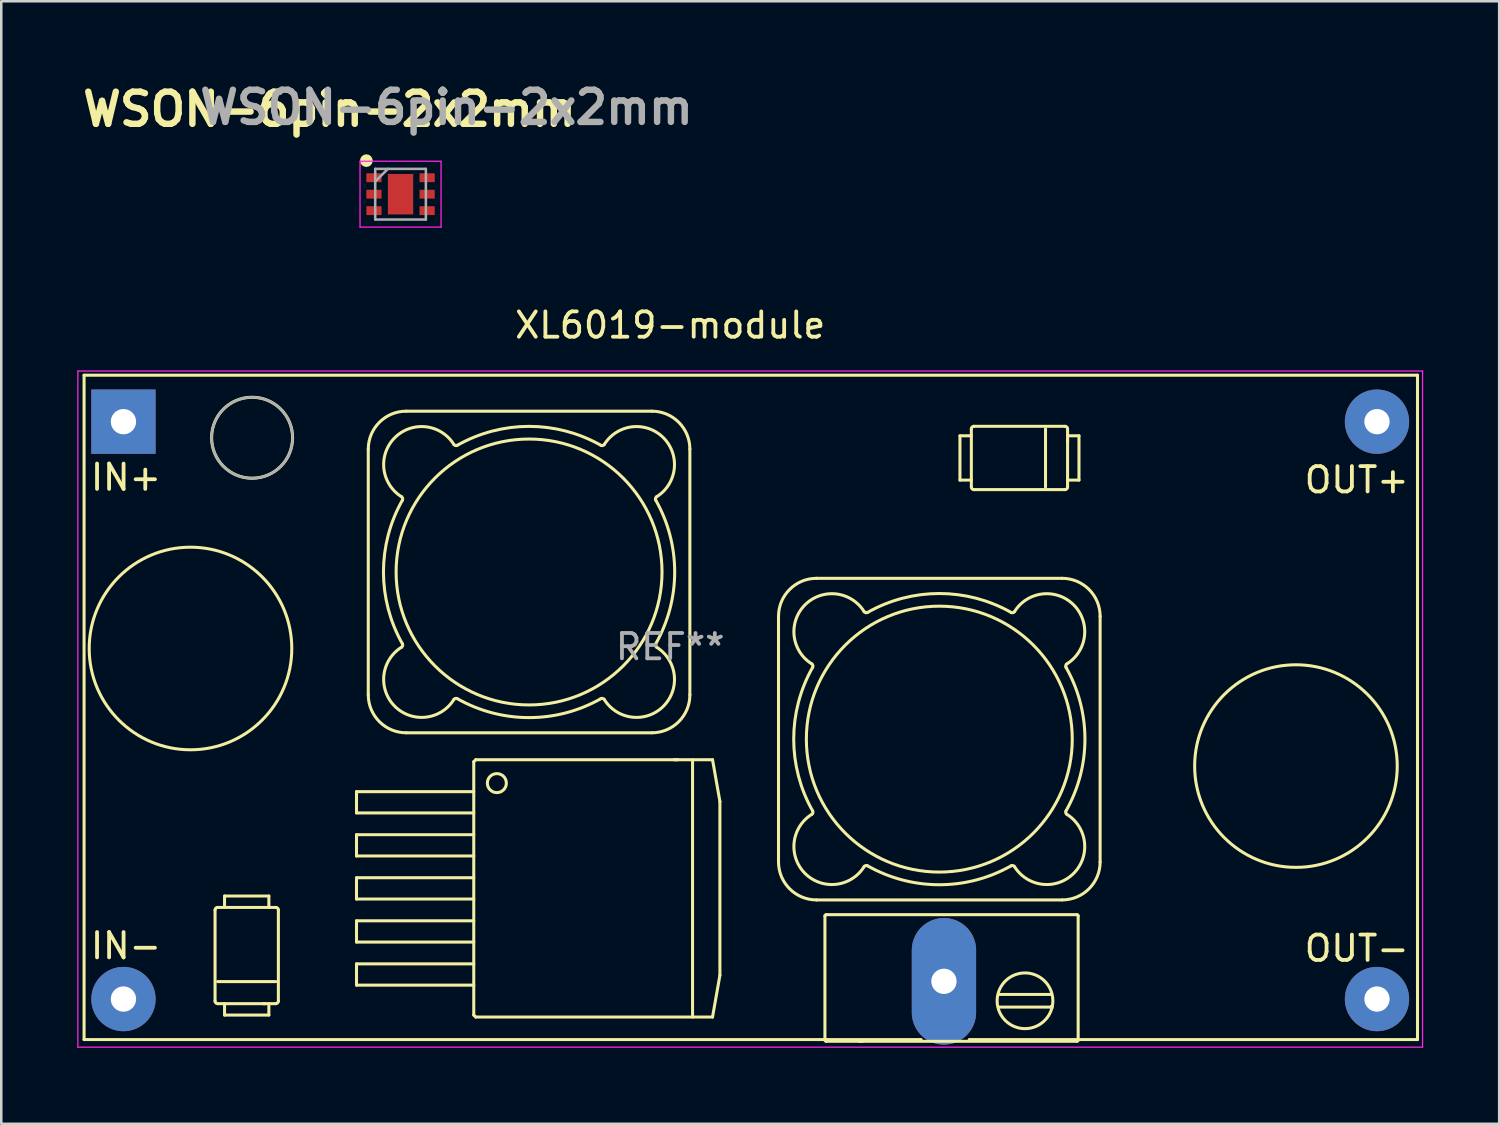
<source format=kicad_pcb>
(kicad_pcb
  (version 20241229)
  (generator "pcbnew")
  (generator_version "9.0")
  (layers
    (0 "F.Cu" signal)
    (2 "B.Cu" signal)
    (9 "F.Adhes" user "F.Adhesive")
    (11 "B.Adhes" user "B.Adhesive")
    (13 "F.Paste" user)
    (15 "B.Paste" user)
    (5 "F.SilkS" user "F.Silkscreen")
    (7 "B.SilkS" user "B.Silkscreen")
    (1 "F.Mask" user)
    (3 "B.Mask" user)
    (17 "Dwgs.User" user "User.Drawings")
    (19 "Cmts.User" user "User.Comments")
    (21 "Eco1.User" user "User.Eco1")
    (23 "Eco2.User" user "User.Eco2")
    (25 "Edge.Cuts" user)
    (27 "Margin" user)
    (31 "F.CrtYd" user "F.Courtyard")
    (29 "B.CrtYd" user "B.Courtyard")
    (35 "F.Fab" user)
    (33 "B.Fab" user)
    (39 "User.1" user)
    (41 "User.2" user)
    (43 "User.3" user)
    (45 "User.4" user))
  (footprint "XL6019-module"
    (layer "F.Cu")
    (at 1.825 13.601)
    (property "Reference" "XL6019-module" (at 21.59 -3.81 0) (layer "F.SilkS") (effects (font (size 1 1) (thickness 0.15))))
    (attr through_hole)
    (fp_line (start -1.555 -1.835) (end -1.555 24.4) (stroke (width 0.12) (type solid)) (layer "F.SilkS"))
    (fp_line (start -1.555 24.4) (end 31.5 24.4) (stroke (width 0.12) (type solid)) (layer "F.SilkS"))
    (fp_line (start 3.617 22.882) (end 3.617 19.282) (stroke (width 0.12) (type solid)) (layer "F.SilkS"))
    (fp_line (start 3.717 19.182) (end 6.017 19.182) (stroke (width 0.12) (type solid)) (layer "F.SilkS"))
    (fp_line (start 3.992 18.732) (end 5.742 18.732) (stroke (width 0.12) (type solid)) (layer "F.SilkS"))
    (fp_line (start 3.992 19.182) (end 3.992 18.732) (stroke (width 0.12) (type solid)) (layer "F.SilkS"))
    (fp_line (start 3.992 23.432) (end 3.992 22.982) (stroke (width 0.12) (type solid)) (layer "F.SilkS"))
    (fp_line (start 5.505 22.983) (end 5.6 22.983) (stroke (width 0.12) (type solid)) (layer "F.SilkS"))
    (fp_line (start 5.742 18.732) (end 5.742 19.182) (stroke (width 0.12) (type solid)) (layer "F.SilkS"))
    (fp_line (start 5.742 22.982) (end 5.742 23.432) (stroke (width 0.12) (type solid)) (layer "F.SilkS"))
    (fp_line (start 5.742 23.432) (end 3.992 23.432) (stroke (width 0.12) (type solid)) (layer "F.SilkS"))
    (fp_line (start 6.017 22.111) (end 3.717 22.111) (stroke (width 0.12) (type solid)) (layer "F.SilkS"))
    (fp_line (start 6.017 22.982) (end 3.717 22.982) (stroke (width 0.12) (type solid)) (layer "F.SilkS"))
    (fp_line (start 6.117 19.282) (end 6.117 22.882) (stroke (width 0.12) (type solid)) (layer "F.SilkS"))
    (fp_line (start 9.203 14.61) (end 9.203 15.45) (stroke (width 0.12) (type solid)) (layer "F.SilkS"))
    (fp_line (start 9.203 14.61) (end 13.833 14.61) (stroke (width 0.12) (type solid)) (layer "F.SilkS"))
    (fp_line (start 9.203 15.45) (end 13.833 15.45) (stroke (width 0.12) (type solid)) (layer "F.SilkS"))
    (fp_line (start 9.203 16.31) (end 9.203 17.15) (stroke (width 0.12) (type solid)) (layer "F.SilkS"))
    (fp_line (start 9.203 16.31) (end 13.833 16.31) (stroke (width 0.12) (type solid)) (layer "F.SilkS"))
    (fp_line (start 9.203 17.15) (end 13.833 17.15) (stroke (width 0.12) (type solid)) (layer "F.SilkS"))
    (fp_line (start 9.203 18.01) (end 9.203 18.85) (stroke (width 0.12) (type solid)) (layer "F.SilkS"))
    (fp_line (start 9.203 18.01) (end 13.833 18.01) (stroke (width 0.12) (type solid)) (layer "F.SilkS"))
    (fp_line (start 9.203 18.85) (end 13.833 18.85) (stroke (width 0.12) (type solid)) (layer "F.SilkS"))
    (fp_line (start 9.203 19.71) (end 9.203 20.55) (stroke (width 0.12) (type solid)) (layer "F.SilkS"))
    (fp_line (start 9.203 19.71) (end 13.833 19.71) (stroke (width 0.12) (type solid)) (layer "F.SilkS"))
    (fp_line (start 9.203 20.55) (end 13.833 20.55) (stroke (width 0.12) (type solid)) (layer "F.SilkS"))
    (fp_line (start 9.203 21.41) (end 9.203 22.25) (stroke (width 0.12) (type solid)) (layer "F.SilkS"))
    (fp_line (start 9.203 21.41) (end 13.833 21.41) (stroke (width 0.12) (type solid)) (layer "F.SilkS"))
    (fp_line (start 9.203 22.25) (end 13.833 22.25) (stroke (width 0.12) (type solid)) (layer "F.SilkS"))
    (fp_line (start 9.667 1.086) (end 9.667 10.786) (stroke (width 0.12) (type solid)) (layer "F.SilkS"))
    (fp_line (start 11.167 12.286) (end 20.867 12.286) (stroke (width 0.12) (type solid)) (layer "F.SilkS"))
    (fp_line (start 13.833 13.428) (end 13.833 23.433) (stroke (width 0.12) (type solid)) (layer "F.SilkS"))
    (fp_line (start 13.833 23.433) (end 13.911 23.51) (stroke (width 0.12) (type solid)) (layer "F.SilkS"))
    (fp_line (start 13.911 13.35) (end 13.833 13.428) (stroke (width 0.12) (type solid)) (layer "F.SilkS"))
    (fp_line (start 13.911 13.35) (end 23.262 13.35) (stroke (width 0.12) (type solid)) (layer "F.SilkS"))
    (fp_line (start 13.911 23.51) (end 23.262 23.51) (stroke (width 0.12) (type solid)) (layer "F.SilkS"))
    (fp_line (start 20.867 -0.414) (end 11.167 -0.414) (stroke (width 0.12) (type solid)) (layer "F.SilkS"))
    (fp_line (start 21.896 13.349) (end 21.734 13.349) (stroke (width 0.12) (type solid)) (layer "F.SilkS"))
    (fp_line (start 22.367 10.786) (end 22.367 1.086) (stroke (width 0.12) (type solid)) (layer "F.SilkS"))
    (fp_line (start 22.473 23.51) (end 22.473 13.35) (stroke (width 0.12) (type solid)) (layer "F.SilkS"))
    (fp_line (start 23.262 13.35) (end 23.553 15) (stroke (width 0.12) (type solid)) (layer "F.SilkS"))
    (fp_line (start 23.553 15) (end 23.553 21.86) (stroke (width 0.12) (type solid)) (layer "F.SilkS"))
    (fp_line (start 23.553 21.86) (end 23.262 23.51) (stroke (width 0.12) (type solid)) (layer "F.SilkS"))
    (fp_line (start 25.867 7.686) (end 25.867 17.386) (stroke (width 0.12) (type solid)) (layer "F.SilkS"))
    (fp_line (start 27.367 18.886) (end 37.067 18.886) (stroke (width 0.12) (type solid)) (layer "F.SilkS"))
    (fp_line (start 27.7 24.418) (end 27.7 19.518) (stroke (width 0.12) (type solid)) (layer "F.SilkS"))
    (fp_line (start 27.75 19.468) (end 37.65 19.468) (stroke (width 0.12) (type solid)) (layer "F.SilkS"))
    (fp_line (start 29.058 24.469) (end 29.092 24.469) (stroke (width 0.12) (type solid)) (layer "F.SilkS"))
    (fp_line (start 29.141 24.469) (end 29.186 24.469) (stroke (width 0.12) (type solid)) (layer "F.SilkS"))
    (fp_line (start 33.032 0.558) (end 33.482 0.558) (stroke (width 0.12) (type solid)) (layer "F.SilkS"))
    (fp_line (start 33.032 2.308) (end 33.032 0.558) (stroke (width 0.12) (type solid)) (layer "F.SilkS"))
    (fp_line (start 33.4 24.4) (end 51.1 24.4) (stroke (width 0.12) (type solid)) (layer "F.SilkS"))
    (fp_line (start 33.482 2.308) (end 33.032 2.308) (stroke (width 0.12) (type solid)) (layer "F.SilkS"))
    (fp_line (start 33.482 2.583) (end 33.482 0.283) (stroke (width 0.12) (type solid)) (layer "F.SilkS"))
    (fp_line (start 33.582 0.183) (end 37.182 0.183) (stroke (width 0.12) (type solid)) (layer "F.SilkS"))
    (fp_line (start 34.561 23.118) (end 36.639 23.118) (stroke (width 0.12) (type solid)) (layer "F.SilkS"))
    (fp_line (start 36.411 0.283) (end 36.411 2.583) (stroke (width 0.12) (type solid)) (layer "F.SilkS"))
    (fp_line (start 36.639 22.618) (end 34.561 22.618) (stroke (width 0.12) (type solid)) (layer "F.SilkS"))
    (fp_line (start 36.651 23.093) (end 36.639 23.118) (stroke (width 0.12) (type solid)) (layer "F.SilkS"))
    (fp_line (start 36.651 23.093) (end 36.644 23.124) (stroke (width 0.12) (type solid)) (layer "F.SilkS"))
    (fp_line (start 36.651 23.093) (end 36.676 23.098) (stroke (width 0.12) (type solid)) (layer "F.SilkS"))
    (fp_line (start 36.664 23.149) (end 36.639 23.118) (stroke (width 0.12) (type solid)) (layer "F.SilkS"))
    (fp_line (start 37.067 6.186) (end 27.367 6.186) (stroke (width 0.12) (type solid)) (layer "F.SilkS"))
    (fp_line (start 37.182 2.683) (end 33.582 2.683) (stroke (width 0.12) (type solid)) (layer "F.SilkS"))
    (fp_line (start 37.282 0.283) (end 37.282 2.583) (stroke (width 0.12) (type solid)) (layer "F.SilkS"))
    (fp_line (start 37.282 0.558) (end 37.732 0.558) (stroke (width 0.12) (type solid)) (layer "F.SilkS"))
    (fp_line (start 37.283 0.795) (end 37.283 0.7) (stroke (width 0.12) (type solid)) (layer "F.SilkS"))
    (fp_line (start 37.65 24.468) (end 27.75 24.468) (stroke (width 0.12) (type solid)) (layer "F.SilkS"))
    (fp_line (start 37.7 19.518) (end 37.7 24.418) (stroke (width 0.12) (type solid)) (layer "F.SilkS"))
    (fp_line (start 37.732 0.558) (end 37.732 2.308) (stroke (width 0.12) (type solid)) (layer "F.SilkS"))
    (fp_line (start 37.732 2.308) (end 37.282 2.308) (stroke (width 0.12) (type solid)) (layer "F.SilkS"))
    (fp_line (start 38.567 17.386) (end 38.567 7.686) (stroke (width 0.12) (type solid)) (layer "F.SilkS"))
    (fp_line (start 51.1 -1.835) (end -1.555 -1.835) (stroke (width 0.12) (type solid)) (layer "F.SilkS"))
    (fp_line (start 51.1 24.4) (end 51.1 -1.835) (stroke (width 0.12) (type solid)) (layer "F.SilkS"))
    (fp_arc (start 3.616783 19.281636) (mid 3.646072 19.210925) (end 3.716783 19.181636) (stroke (width 0.12) (type solid)) (layer "F.SilkS"))
    (fp_arc (start 3.716783 22.981636) (mid 3.646072 22.952347) (end 3.616783 22.881636) (stroke (width 0.12) (type solid)) (layer "F.SilkS"))
    (fp_arc (start 6.016783 19.181636) (mid 6.087494 19.210925) (end 6.116783 19.281636) (stroke (width 0.12) (type solid)) (layer "F.SilkS"))
    (fp_arc (start 6.116783 22.881636) (mid 6.087494 22.952347) (end 6.016783 22.981636) (stroke (width 0.12) (type solid)) (layer "F.SilkS"))
    (fp_arc (start 9.667397 1.085796) (mid 10.106737 0.025136) (end 11.167397 -0.414204) (stroke (width 0.12) (type solid)) (layer "F.SilkS"))
    (fp_arc (start 10.981131 2.96601) (mid 11.025145 3.026245) (end 11.015218 3.100183) (stroke (width 0.12) (type solid)) (layer "F.SilkS"))
    (fp_arc (start 10.981132 2.966011) (mid 10.714096 0.632496) (end 13.047611 0.899531) (stroke (width 0.12) (type solid)) (layer "F.SilkS"))
    (fp_arc (start 11.015217 8.771409) (mid 11.025145 8.845347) (end 10.981132 8.905582) (stroke (width 0.12) (type solid)) (layer "F.SilkS"))
    (fp_arc (start 11.015218 8.77141) (mid 10.267397 5.935796) (end 11.015218 3.100183) (stroke (width 0.12) (type solid)) (layer "F.SilkS"))
    (fp_arc (start 11.167397 12.285796) (mid 10.106737 11.846456) (end 9.667397 10.785796) (stroke (width 0.12) (type solid)) (layer "F.SilkS"))
    (fp_arc (start 13.047611 10.972062) (mid 10.714095 11.239097) (end 10.981132 8.905582) (stroke (width 0.12) (type solid)) (layer "F.SilkS"))
    (fp_arc (start 13.047611 10.972062) (mid 13.107845 10.928049) (end 13.181783 10.937976) (stroke (width 0.12) (type solid)) (layer "F.SilkS"))
    (fp_arc (start 13.181783 0.933617) (mid 13.107845 0.943544) (end 13.047611 0.899531) (stroke (width 0.12) (type solid)) (layer "F.SilkS"))
    (fp_arc (start 13.181784 0.933617) (mid 16.017397 0.185796) (end 18.853011 0.933617) (stroke (width 0.12) (type solid)) (layer "F.SilkS"))
    (fp_arc (start 18.853011 10.937976) (mid 16.017397 11.685797) (end 13.181783 10.937976) (stroke (width 0.12) (type solid)) (layer "F.SilkS"))
    (fp_arc (start 18.853011 10.937976) (mid 18.926949 10.928049) (end 18.987183 10.972062) (stroke (width 0.12) (type solid)) (layer "F.SilkS"))
    (fp_arc (start 18.987183 0.899531) (mid 18.926949 0.943544) (end 18.853011 0.933617) (stroke (width 0.12) (type solid)) (layer "F.SilkS"))
    (fp_arc (start 18.987183 0.899531) (mid 21.320699 0.632496) (end 21.053662 2.966011) (stroke (width 0.12) (type solid)) (layer "F.SilkS"))
    (fp_arc (start 20.867397 -0.414204) (mid 21.928057 0.025136) (end 22.367397 1.085796) (stroke (width 0.12) (type solid)) (layer "F.SilkS"))
    (fp_arc (start 21.019576 3.100183) (mid 21.767397 5.935796) (end 21.019576 8.77141) (stroke (width 0.12) (type solid)) (layer "F.SilkS"))
    (fp_arc (start 21.019577 3.100184) (mid 21.009649 3.026246) (end 21.053662 2.966011) (stroke (width 0.12) (type solid)) (layer "F.SilkS"))
    (fp_arc (start 21.053662 8.905582) (mid 21.320698 11.239097) (end 18.987183 10.972062) (stroke (width 0.12) (type solid)) (layer "F.SilkS"))
    (fp_arc (start 21.053663 8.905583) (mid 21.009649 8.845348) (end 21.019576 8.77141) (stroke (width 0.12) (type solid)) (layer "F.SilkS"))
    (fp_arc (start 22.367397 10.785796) (mid 21.928057 11.846456) (end 20.867397 12.285796) (stroke (width 0.12) (type solid)) (layer "F.SilkS"))
    (fp_arc (start 25.867397 7.685796) (mid 26.306737 6.625136) (end 27.367397 6.185796) (stroke (width 0.12) (type solid)) (layer "F.SilkS"))
    (fp_arc (start 27.181131 9.56601) (mid 27.225145 9.626245) (end 27.215218 9.700183) (stroke (width 0.12) (type solid)) (layer "F.SilkS"))
    (fp_arc (start 27.181132 9.566011) (mid 26.914096 7.232496) (end 29.247611 7.499531) (stroke (width 0.12) (type solid)) (layer "F.SilkS"))
    (fp_arc (start 27.215217 15.371409) (mid 27.225145 15.445347) (end 27.181132 15.505582) (stroke (width 0.12) (type solid)) (layer "F.SilkS"))
    (fp_arc (start 27.215218 15.37141) (mid 26.467397 12.535796) (end 27.215218 9.700183) (stroke (width 0.12) (type solid)) (layer "F.SilkS"))
    (fp_arc (start 27.367397 18.885796) (mid 26.306737 18.446456) (end 25.867397 17.385796) (stroke (width 0.12) (type solid)) (layer "F.SilkS"))
    (fp_arc (start 27.700217 19.517706) (mid 27.714862 19.482351) (end 27.750217 19.467706) (stroke (width 0.12) (type solid)) (layer "F.SilkS"))
    (fp_arc (start 27.750217 24.467705) (mid 27.714862 24.45306) (end 27.700217 24.417705) (stroke (width 0.12) (type solid)) (layer "F.SilkS"))
    (fp_arc (start 29.247611 17.572062) (mid 26.914095 17.839097) (end 27.181132 15.505582) (stroke (width 0.12) (type solid)) (layer "F.SilkS"))
    (fp_arc (start 29.247611 17.572062) (mid 29.307845 17.528049) (end 29.381783 17.537976) (stroke (width 0.12) (type solid)) (layer "F.SilkS"))
    (fp_arc (start 29.381783 7.533617) (mid 29.307845 7.543544) (end 29.247611 7.499531) (stroke (width 0.12) (type solid)) (layer "F.SilkS"))
    (fp_arc (start 29.381784 7.533617) (mid 32.217397 6.785796) (end 35.053011 7.533617) (stroke (width 0.12) (type solid)) (layer "F.SilkS"))
    (fp_arc (start 33.481636 0.283217) (mid 33.510925 0.212506) (end 33.581636 0.183217) (stroke (width 0.12) (type solid)) (layer "F.SilkS"))
    (fp_arc (start 33.581636 2.683217) (mid 33.510925 2.653928) (end 33.481636 2.583217) (stroke (width 0.12) (type solid)) (layer "F.SilkS"))
    (fp_arc (start 35.053011 17.537976) (mid 32.217397 18.285797) (end 29.381783 17.537976) (stroke (width 0.12) (type solid)) (layer "F.SilkS"))
    (fp_arc (start 35.053011 17.537976) (mid 35.126949 17.528049) (end 35.187183 17.572062) (stroke (width 0.12) (type solid)) (layer "F.SilkS"))
    (fp_arc (start 35.187183 7.499531) (mid 35.126949 7.543544) (end 35.053011 7.533617) (stroke (width 0.12) (type solid)) (layer "F.SilkS"))
    (fp_arc (start 35.187183 7.499531) (mid 37.520699 7.232496) (end 37.253662 9.566011) (stroke (width 0.12) (type solid)) (layer "F.SilkS"))
    (fp_arc (start 36.675852 22.637473) (mid 34.530395 23.123594) (end 36.663615 22.58631) (stroke (width 0.12) (type solid)) (layer "F.SilkS"))
    (fp_arc (start 37.067397 6.185796) (mid 38.128057 6.625136) (end 38.567397 7.685796) (stroke (width 0.12) (type solid)) (layer "F.SilkS"))
    (fp_arc (start 37.181636 0.183217) (mid 37.252347 0.212506) (end 37.281636 0.283217) (stroke (width 0.12) (type solid)) (layer "F.SilkS"))
    (fp_arc (start 37.219576 9.700183) (mid 37.967397 12.535796) (end 37.219576 15.37141) (stroke (width 0.12) (type solid)) (layer "F.SilkS"))
    (fp_arc (start 37.219577 9.700184) (mid 37.209649 9.626246) (end 37.253662 9.566011) (stroke (width 0.12) (type solid)) (layer "F.SilkS"))
    (fp_arc (start 37.253662 15.505582) (mid 37.520698 17.839097) (end 35.187183 17.572062) (stroke (width 0.12) (type solid)) (layer "F.SilkS"))
    (fp_arc (start 37.253663 15.505583) (mid 37.209649 15.445348) (end 37.219576 15.37141) (stroke (width 0.12) (type solid)) (layer "F.SilkS"))
    (fp_arc (start 37.281636 2.583217) (mid 37.252347 2.653928) (end 37.181636 2.683217) (stroke (width 0.12) (type solid)) (layer "F.SilkS"))
    (fp_arc (start 37.650217 19.467706) (mid 37.685572 19.482351) (end 37.700217 19.517706) (stroke (width 0.12) (type solid)) (layer "F.SilkS"))
    (fp_arc (start 37.700217 24.417705) (mid 37.685572 24.45306) (end 37.650217 24.467705) (stroke (width 0.12) (type solid)) (layer "F.SilkS"))
    (fp_arc (start 38.567397 17.385796) (mid 38.128057 18.446456) (end 37.067397 18.885796) (stroke (width 0.12) (type solid)) (layer "F.SilkS"))
    (fp_circle (center 2.647 8.957) (end 6.647 8.957) (stroke (width 0.12) (type solid)) (fill no) (layer "F.SilkS"))
    (fp_circle (center 5.08 0.635) (end 6.679 0.635) (stroke (width 0.12) (type solid)) (fill no) (layer "F.SilkS"))
    (fp_circle (center 14.745 14.273) (end 14.745 14.648) (stroke (width 0.12) (type solid)) (fill no) (layer "F.SilkS"))
    (fp_circle (center 16.017 5.936) (end 21.267 5.936) (stroke (width 0.12) (type solid)) (fill no) (layer "F.SilkS"))
    (fp_circle (center 32.217 12.536) (end 37.467 12.536) (stroke (width 0.12) (type solid)) (fill no) (layer "F.SilkS"))
    (fp_circle (center 46.3 13.6) (end 50.3 13.6) (stroke (width 0.12) (type solid)) (fill no) (layer "F.SilkS"))
    (fp_line (start -1.8 -2) (end 51.3 -2) (stroke (width 0.05) (type solid)) (layer "F.CrtYd"))
    (fp_line (start -1.8 24.7) (end -1.8 -2) (stroke (width 0.05) (type solid)) (layer "F.CrtYd"))
    (fp_line (start 51.3 -2) (end 51.3 24.7) (stroke (width 0.05) (type solid)) (layer "F.CrtYd"))
    (fp_line (start 51.3 24.7) (end -1.8 24.7) (stroke (width 0.05) (type solid)) (layer "F.CrtYd"))
    (fp_circle (center 5.08 0.635) (end 6.679 0.635) (stroke (width 0.1) (type solid)) (fill no) (layer "F.Fab"))
    (fp_text user "OUT-" (at 48.7 20.8 0) (layer "F.SilkS") (effects (font (size 1 1) (thickness 0.15))))
    (fp_text user "OUT+" (at 48.7 2.3 0) (layer "F.SilkS") (effects (font (size 1 1) (thickness 0.15))))
    (fp_text user "IN-" (at 0.1 20.7 0) (layer "F.SilkS") (effects (font (size 1 1) (thickness 0.15))))
    (fp_text user "IN+" (at 0.1 2.2 0) (layer "F.SilkS") (effects (font (size 1 1) (thickness 0.15))))
    (fp_text user "REF**" (at 21.59 8.89 0) (layer "F.Fab") (effects (font (size 1 1) (thickness 0.15))))
    (pad "1" thru_hole rect (at 0 0) (size 2.54 2.54) (drill 1) (layers "*.Cu" "*.Mask"))
    (pad "2" thru_hole circle (at 0 22.8) (size 2.54 2.54) (drill 1) (layers "*.Cu" "*.Mask"))
    (pad "3" thru_hole circle (at 49.5 22.8) (size 2.54 2.54) (drill 1) (layers "*.Cu" "*.Mask"))
    (pad "4" thru_hole circle (at 49.5 0) (size 2.54 2.54) (drill 1) (layers "*.Cu" "*.Mask"))
    (pad "5" thru_hole oval (at 32.4 22.1) (size 2.54 5) (drill 1) (layers "*.Cu" "*.Mask")))
  (footprint "WSON-6pin-2x2mm"
    (layer "F.Cu")
    (at 12.767 4.618)
    (property "Reference" "WSON-6pin-2x2mm" (at -2.807 -3.353 0) (layer "F.SilkS") (effects (font (size 1.27 1.27) (thickness 0.254))))
    (attr smd)
    (fp_circle (center -1.35 -1.325) (end -1.35 -1.2) (stroke (width 0.25) (type solid)) (fill no) (layer "F.SilkS"))
    (fp_line (start -1.6 -1.3) (end 1.6 -1.3) (stroke (width 0.05) (type solid)) (layer "F.CrtYd"))
    (fp_line (start -1.6 1.3) (end -1.6 -1.3) (stroke (width 0.05) (type solid)) (layer "F.CrtYd"))
    (fp_line (start 1.6 -1.3) (end 1.6 1.3) (stroke (width 0.05) (type solid)) (layer "F.CrtYd"))
    (fp_line (start 1.6 1.3) (end -1.6 1.3) (stroke (width 0.05) (type solid)) (layer "F.CrtYd"))
    (fp_line (start -1 -1) (end 1 -1) (stroke (width 0.1) (type solid)) (layer "F.Fab"))
    (fp_line (start -1 -0.5) (end -0.5 -1) (stroke (width 0.1) (type solid)) (layer "F.Fab"))
    (fp_line (start -1 1) (end -1 -1) (stroke (width 0.1) (type solid)) (layer "F.Fab"))
    (fp_line (start 1 -1) (end 1 1) (stroke (width 0.1) (type solid)) (layer "F.Fab"))
    (fp_line (start 1 1) (end -1 1) (stroke (width 0.1) (type solid)) (layer "F.Fab"))
    (fp_text user "${REFERENCE}" (at 1.816 -3.429 0) (layer "F.Fab") (effects (font (size 1.27 1.27) (thickness 0.254))))
    (pad "1" smd rect (at -1.05 -0.65 90) (size 0.35 0.6) (layers "F.Cu" "F.Mask" "F.Paste"))
    (pad "2" smd rect (at -1.05 0 90) (size 0.35 0.6) (layers "F.Cu" "F.Mask" "F.Paste"))
    (pad "3" smd rect (at -1.05 0.65 90) (size 0.35 0.6) (layers "F.Cu" "F.Mask" "F.Paste"))
    (pad "4" smd rect (at 1.05 0.65 90) (size 0.35 0.6) (layers "F.Cu" "F.Mask" "F.Paste"))
    (pad "5" smd rect (at 1.05 0 90) (size 0.35 0.6) (layers "F.Cu" "F.Mask" "F.Paste"))
    (pad "6" smd rect (at 1.05 -0.65 90) (size 0.35 0.6) (layers "F.Cu" "F.Mask" "F.Paste"))
    (pad "7" smd rect (at 0 0) (size 1 1.6) (layers "F.Cu" "F.Mask" "F.Paste")))
  (gr_rect
    (start -3 -3)
    (end 56.15 41.326)
    (stroke (width 0.1) (type default))
    (fill no)
    (layer "Edge.Cuts")))
</source>
